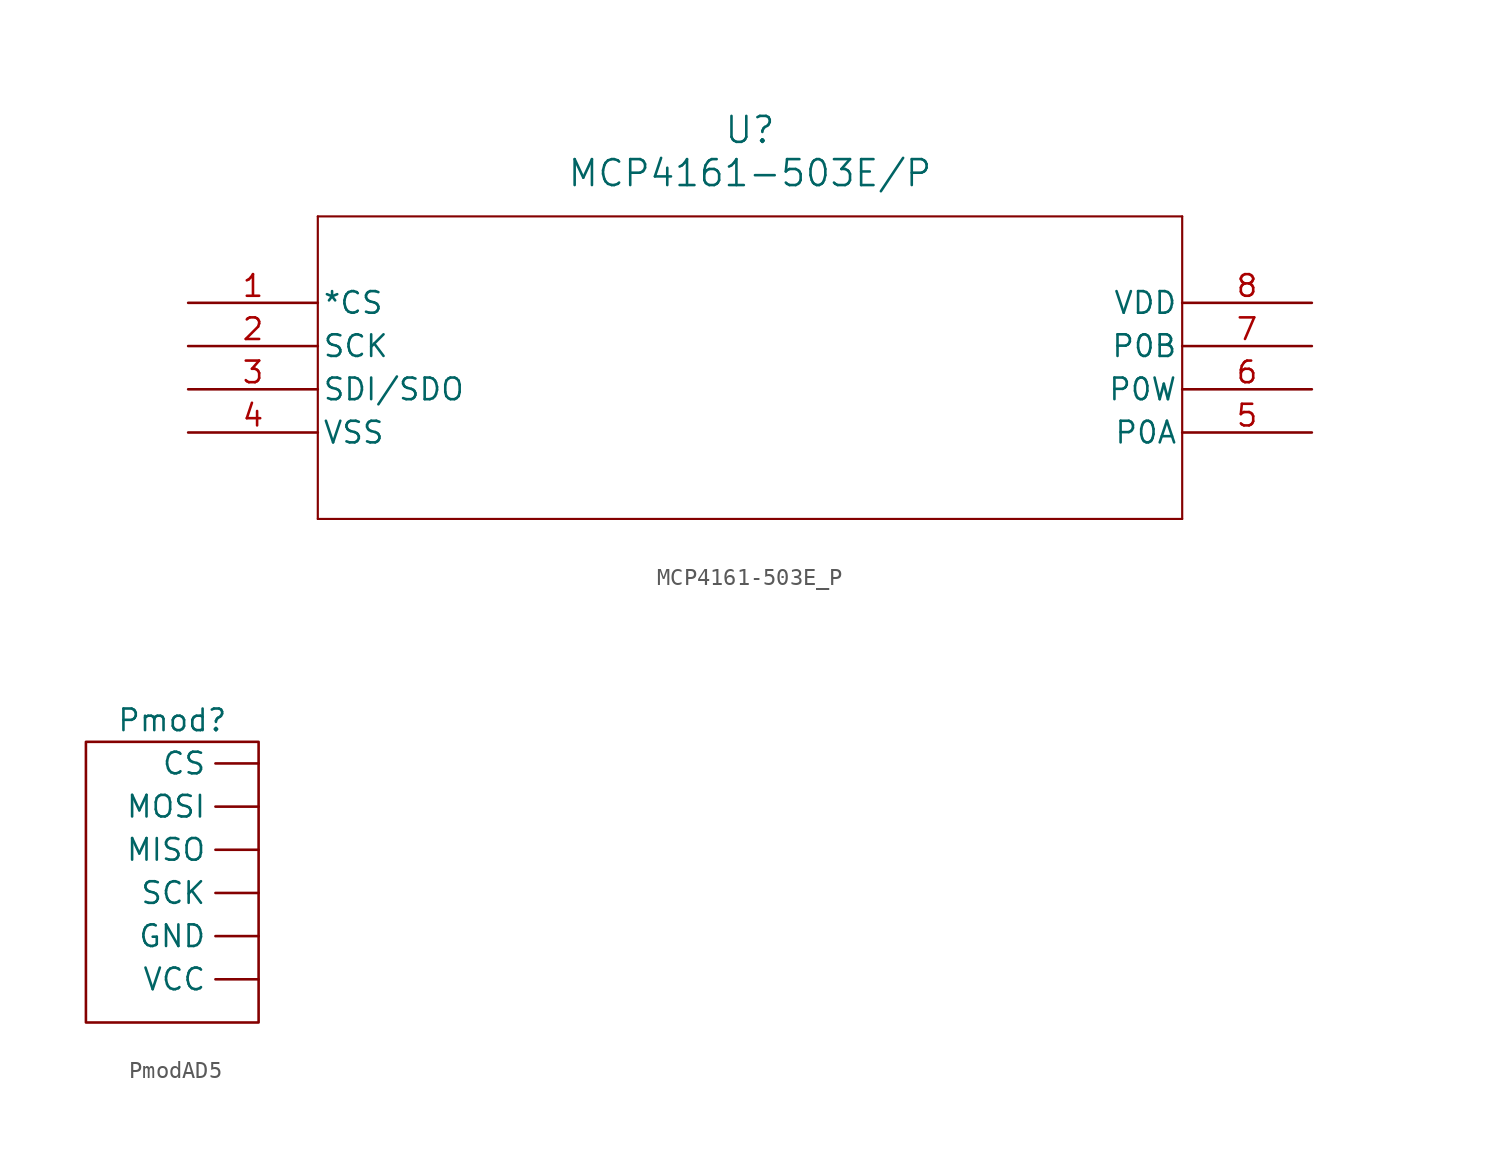
<source format=kicad_sym>
(kicad_symbol_lib
  (version 20220914)
  (generator kicad_symbol_editor)
  (symbol "MCP4161-503E_P"
    (pin_names
      (offset 0.254))
    (property "Reference" "U"
      (at 33.02 10.16 0)
      (effects (font (size 1.524 1.524))))
    (property "Value" "MCP4161-503E/P"
      (at 33.02 7.62 0)
      (effects (font (size 1.524 1.524))))
    (property "ki_locked" ""
      (at 0 0 0)
      (effects (font (size 1.27 1.27))))
    (symbol "MCP4161-503E_P_0_1"
      (polyline (pts (xy 7.62 -12.7) (xy 58.42 -12.7)) (stroke (width 0.127) (type default)) (fill (type none)))
      (polyline (pts (xy 7.62 5.08) (xy 7.62 -12.7)) (stroke (width 0.127) (type default)) (fill (type none)))
      (polyline (pts (xy 58.42 -12.7) (xy 58.42 5.08)) (stroke (width 0.127) (type default)) (fill (type none)))
      (polyline (pts (xy 58.42 5.08) (xy 7.62 5.08)) (stroke (width 0.127) (type default)) (fill (type none)))
      (pin unspecified line (at 0 0 0) (length 7.62) (name "*CS" (effects (font (size 1.27 1.27)))) (number "1" (effects (font (size 1.27 1.27)))))
      (pin unspecified line (at 0 -2.54 0) (length 7.62) (name "SCK" (effects (font (size 1.27 1.27)))) (number "2" (effects (font (size 1.27 1.27)))))
      (pin unspecified line (at 0 -5.08 0) (length 7.62) (name "SDI/SDO" (effects (font (size 1.27 1.27)))) (number "3" (effects (font (size 1.27 1.27)))))
      (pin unspecified line (at 0 -7.62 0) (length 7.62) (name "VSS" (effects (font (size 1.27 1.27)))) (number "4" (effects (font (size 1.27 1.27)))))
      (pin unspecified line (at 66.04 -7.62 180) (length 7.62) (name "P0A" (effects (font (size 1.27 1.27)))) (number "5" (effects (font (size 1.27 1.27)))))
      (pin unspecified line (at 66.04 -5.08 180) (length 7.62) (name "P0W" (effects (font (size 1.27 1.27)))) (number "6" (effects (font (size 1.27 1.27)))))
      (pin unspecified line (at 66.04 -2.54 180) (length 7.62) (name "P0B" (effects (font (size 1.27 1.27)))) (number "7" (effects (font (size 1.27 1.27)))))
      (pin unspecified line (at 66.04 0 180) (length 7.62) (name "VDD" (effects (font (size 1.27 1.27)))) (number "8" (effects (font (size 1.27 1.27)))))))
  (symbol "PmodAD5"
    (property "Reference" "Pmod"
      (at 0 0 0)
      (effects (font (size 1.27 1.27))))
    (property "Value" ""
      (at 0 0 0)
      (effects (font (size 1.27 1.27))))
    (symbol "PmodAD5_0_1"
      (rectangle (start -5.08 -1.27) (end 5.08 -17.78) (stroke (width 0) (type default)) (fill (type none))))
    (symbol "PmodAD5_1_1"
      (pin input line (at 5.08 -2.54 180) (length 2.54) (name "CS" (effects (font (size 1.27 1.27)))) (number "" (effects (font (size 1.27 1.27)))))
      (pin input line (at 5.08 -12.7 180) (length 2.54) (name "GND" (effects (font (size 1.27 1.27)))) (number "" (effects (font (size 1.27 1.27)))))
      (pin input line (at 5.08 -7.62 180) (length 2.54) (name "MISO" (effects (font (size 1.27 1.27)))) (number "" (effects (font (size 1.27 1.27)))))
      (pin input line (at 5.08 -5.08 180) (length 2.54) (name "MOSI" (effects (font (size 1.27 1.27)))) (number "" (effects (font (size 1.27 1.27)))))
      (pin input line (at 5.08 -10.16 180) (length 2.54) (name "SCK" (effects (font (size 1.27 1.27)))) (number "" (effects (font (size 1.27 1.27)))))
      (pin input line (at 5.08 -15.24 180) (length 2.54) (name "VCC" (effects (font (size 1.27 1.27)))) (number "" (effects (font (size 1.27 1.27))))))))
</source>
